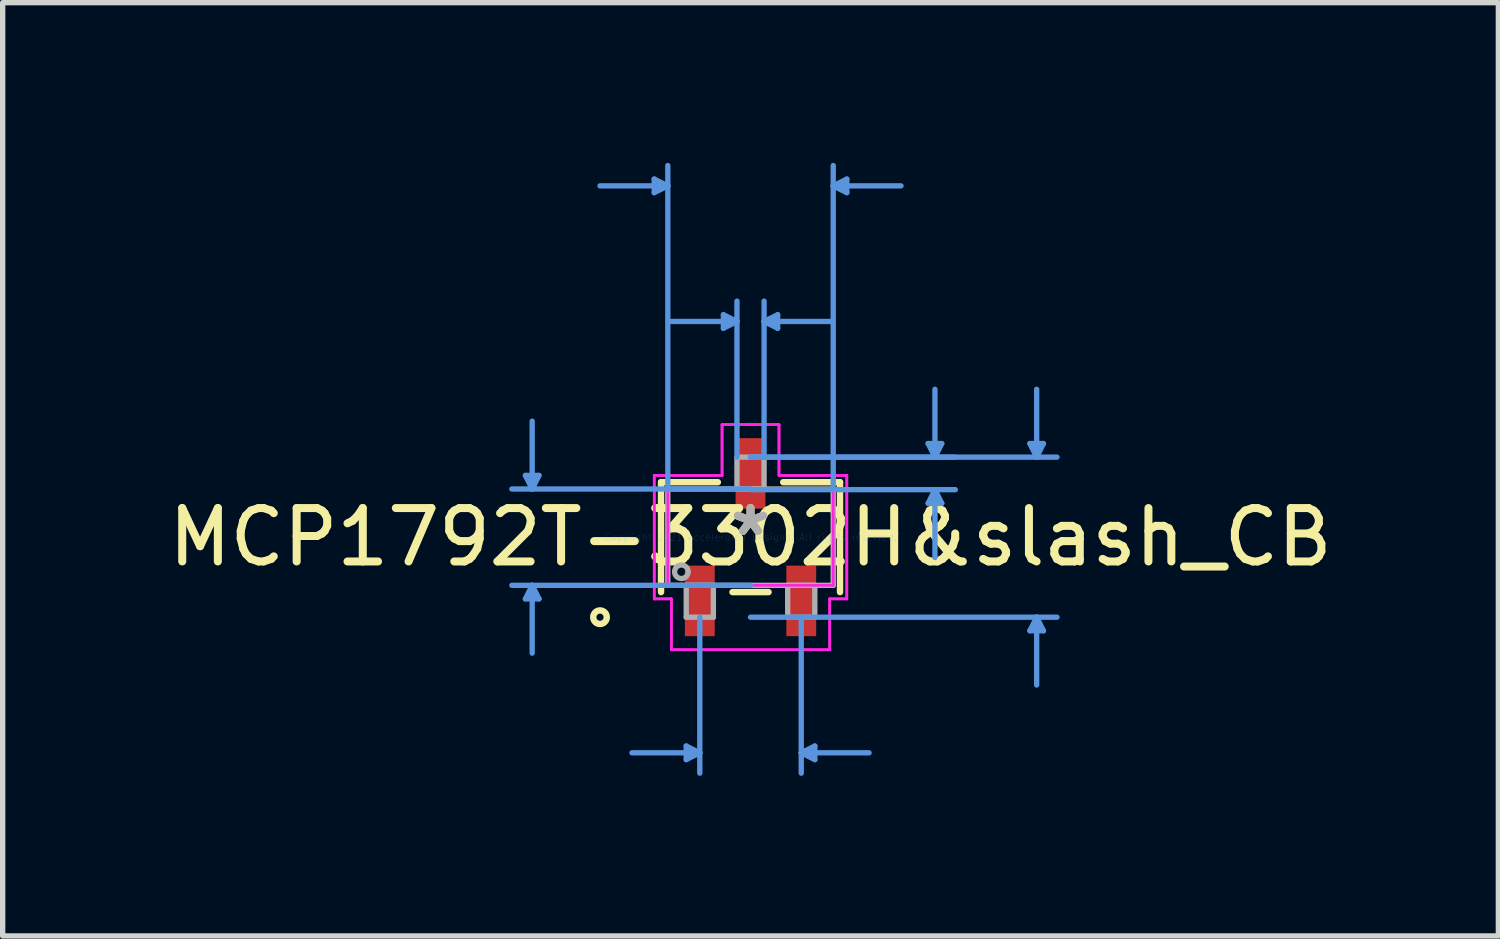
<source format=kicad_pcb>
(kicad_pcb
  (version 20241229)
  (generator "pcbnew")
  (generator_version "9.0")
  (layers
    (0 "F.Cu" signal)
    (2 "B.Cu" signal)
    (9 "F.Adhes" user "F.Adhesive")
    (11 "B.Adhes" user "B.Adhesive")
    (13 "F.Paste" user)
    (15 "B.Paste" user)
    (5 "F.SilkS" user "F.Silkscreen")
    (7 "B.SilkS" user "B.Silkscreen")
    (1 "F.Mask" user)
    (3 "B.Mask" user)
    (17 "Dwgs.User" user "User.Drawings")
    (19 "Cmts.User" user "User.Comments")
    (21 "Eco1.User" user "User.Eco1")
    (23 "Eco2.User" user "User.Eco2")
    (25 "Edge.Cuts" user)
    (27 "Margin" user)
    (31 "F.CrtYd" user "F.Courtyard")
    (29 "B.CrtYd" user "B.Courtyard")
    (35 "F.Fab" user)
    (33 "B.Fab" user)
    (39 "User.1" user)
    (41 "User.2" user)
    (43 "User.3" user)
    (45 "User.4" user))
  (footprint "MCP1792T-3302H&slash_CB"
    (layer "F.Cu")
    (at 11.006 7.01)
    (property "Reference" "MCP1792T-3302H&slash_CB" (at 0 0 0) (layer "F.SilkS") (effects (font (size 1 1) (thickness 0.15))))
    (attr through_hole)
    (fp_line (start -1.676 -1.029) (end -1.676 1.029) (stroke (width 0.12) (type solid)) (layer "F.SilkS"))
    (fp_line (start -0.612 -1.029) (end -1.676 -1.029) (stroke (width 0.12) (type solid)) (layer "F.SilkS"))
    (fp_line (start -0.338 1.029) (end 0.338 1.029) (stroke (width 0.12) (type solid)) (layer "F.SilkS"))
    (fp_line (start 1.676 -1.029) (end 0.612 -1.029) (stroke (width 0.12) (type solid)) (layer "F.SilkS"))
    (fp_line (start 1.676 1.029) (end 1.676 -1.029) (stroke (width 0.12) (type solid)) (layer "F.SilkS"))
    (fp_circle (center -2.819 1.499) (end -2.692 1.499) (stroke (width 0.12) (type solid)) (fill no) (layer "F.SilkS"))
    (fp_line (start -4.216 -1.156) (end -3.962 -1.156) (stroke (width 0.1) (type solid)) (layer "Cmts.User"))
    (fp_line (start -4.216 1.156) (end -3.962 1.156) (stroke (width 0.1) (type solid)) (layer "Cmts.User"))
    (fp_line (start -4.089 -0.902) (end -4.216 -1.156) (stroke (width 0.1) (type solid)) (layer "Cmts.User"))
    (fp_line (start -4.089 -0.902) (end -4.089 -2.172) (stroke (width 0.1) (type solid)) (layer "Cmts.User"))
    (fp_line (start -4.089 -0.902) (end -3.962 -1.156) (stroke (width 0.1) (type solid)) (layer "Cmts.User"))
    (fp_line (start -4.089 0.902) (end -4.216 1.156) (stroke (width 0.1) (type solid)) (layer "Cmts.User"))
    (fp_line (start -4.089 0.902) (end -4.089 2.172) (stroke (width 0.1) (type solid)) (layer "Cmts.User"))
    (fp_line (start -4.089 0.902) (end -3.962 1.156) (stroke (width 0.1) (type solid)) (layer "Cmts.User"))
    (fp_line (start -1.803 -6.706) (end -1.803 -6.452) (stroke (width 0.1) (type solid)) (layer "Cmts.User"))
    (fp_line (start -1.549 -6.579) (end -2.819 -6.579) (stroke (width 0.1) (type solid)) (layer "Cmts.User"))
    (fp_line (start -1.549 -6.579) (end -1.803 -6.706) (stroke (width 0.1) (type solid)) (layer "Cmts.User"))
    (fp_line (start -1.549 -6.579) (end -1.803 -6.452) (stroke (width 0.1) (type solid)) (layer "Cmts.User"))
    (fp_line (start -1.549 -0.902) (end -1.549 -6.96) (stroke (width 0.1) (type solid)) (layer "Cmts.User"))
    (fp_line (start -1.204 3.912) (end -1.204 4.166) (stroke (width 0.1) (type solid)) (layer "Cmts.User"))
    (fp_line (start -0.95 1.499) (end -0.95 4.42) (stroke (width 0.1) (type solid)) (layer "Cmts.User"))
    (fp_line (start -0.95 4.039) (end -2.22 4.039) (stroke (width 0.1) (type solid)) (layer "Cmts.User"))
    (fp_line (start -0.95 4.039) (end -1.204 3.912) (stroke (width 0.1) (type solid)) (layer "Cmts.User"))
    (fp_line (start -0.95 4.039) (end -1.204 4.166) (stroke (width 0.1) (type solid)) (layer "Cmts.User"))
    (fp_line (start -0.508 -4.166) (end -0.508 -3.912) (stroke (width 0.1) (type solid)) (layer "Cmts.User"))
    (fp_line (start -0.254 -4.039) (end -1.524 -4.039) (stroke (width 0.1) (type solid)) (layer "Cmts.User"))
    (fp_line (start -0.254 -4.039) (end -0.508 -4.166) (stroke (width 0.1) (type solid)) (layer "Cmts.User"))
    (fp_line (start -0.254 -4.039) (end -0.508 -3.912) (stroke (width 0.1) (type solid)) (layer "Cmts.User"))
    (fp_line (start -0.254 -1.499) (end -0.254 -4.42) (stroke (width 0.1) (type solid)) (layer "Cmts.User"))
    (fp_line (start 0 -1.499) (end 3.835 -1.499) (stroke (width 0.1) (type solid)) (layer "Cmts.User"))
    (fp_line (start 0 -1.499) (end 5.74 -1.499) (stroke (width 0.1) (type solid)) (layer "Cmts.User"))
    (fp_line (start 0 -0.902) (end -4.47 -0.902) (stroke (width 0.1) (type solid)) (layer "Cmts.User"))
    (fp_line (start 0 -0.889) (end 3.835 -0.889) (stroke (width 0.1) (type solid)) (layer "Cmts.User"))
    (fp_line (start 0 0.902) (end -4.47 0.902) (stroke (width 0.1) (type solid)) (layer "Cmts.User"))
    (fp_line (start 0 1.499) (end 5.74 1.499) (stroke (width 0.1) (type solid)) (layer "Cmts.User"))
    (fp_line (start 0.254 -4.039) (end 0.508 -4.166) (stroke (width 0.1) (type solid)) (layer "Cmts.User"))
    (fp_line (start 0.254 -4.039) (end 0.508 -3.912) (stroke (width 0.1) (type solid)) (layer "Cmts.User"))
    (fp_line (start 0.254 -4.039) (end 1.524 -4.039) (stroke (width 0.1) (type solid)) (layer "Cmts.User"))
    (fp_line (start 0.254 -1.499) (end 0.254 -4.42) (stroke (width 0.1) (type solid)) (layer "Cmts.User"))
    (fp_line (start 0.508 -4.166) (end 0.508 -3.912) (stroke (width 0.1) (type solid)) (layer "Cmts.User"))
    (fp_line (start 0.95 1.499) (end 0.95 4.42) (stroke (width 0.1) (type solid)) (layer "Cmts.User"))
    (fp_line (start 0.95 4.039) (end 1.204 3.912) (stroke (width 0.1) (type solid)) (layer "Cmts.User"))
    (fp_line (start 0.95 4.039) (end 1.204 4.166) (stroke (width 0.1) (type solid)) (layer "Cmts.User"))
    (fp_line (start 0.95 4.039) (end 2.22 4.039) (stroke (width 0.1) (type solid)) (layer "Cmts.User"))
    (fp_line (start 1.204 3.912) (end 1.204 4.166) (stroke (width 0.1) (type solid)) (layer "Cmts.User"))
    (fp_line (start 1.549 -6.579) (end 1.803 -6.706) (stroke (width 0.1) (type solid)) (layer "Cmts.User"))
    (fp_line (start 1.549 -6.579) (end 1.803 -6.452) (stroke (width 0.1) (type solid)) (layer "Cmts.User"))
    (fp_line (start 1.549 -6.579) (end 2.819 -6.579) (stroke (width 0.1) (type solid)) (layer "Cmts.User"))
    (fp_line (start 1.549 -0.902) (end 1.549 -6.96) (stroke (width 0.1) (type solid)) (layer "Cmts.User"))
    (fp_line (start 1.803 -6.706) (end 1.803 -6.452) (stroke (width 0.1) (type solid)) (layer "Cmts.User"))
    (fp_line (start 3.327 -1.753) (end 3.581 -1.753) (stroke (width 0.1) (type solid)) (layer "Cmts.User"))
    (fp_line (start 3.327 -0.635) (end 3.581 -0.635) (stroke (width 0.1) (type solid)) (layer "Cmts.User"))
    (fp_line (start 3.454 -1.499) (end 3.327 -1.753) (stroke (width 0.1) (type solid)) (layer "Cmts.User"))
    (fp_line (start 3.454 -1.499) (end 3.454 -2.769) (stroke (width 0.1) (type solid)) (layer "Cmts.User"))
    (fp_line (start 3.454 -1.499) (end 3.581 -1.753) (stroke (width 0.1) (type solid)) (layer "Cmts.User"))
    (fp_line (start 3.454 -0.889) (end 3.327 -0.635) (stroke (width 0.1) (type solid)) (layer "Cmts.User"))
    (fp_line (start 3.454 -0.889) (end 3.454 0.381) (stroke (width 0.1) (type solid)) (layer "Cmts.User"))
    (fp_line (start 3.454 -0.889) (end 3.581 -0.635) (stroke (width 0.1) (type solid)) (layer "Cmts.User"))
    (fp_line (start 5.232 -1.753) (end 5.486 -1.753) (stroke (width 0.1) (type solid)) (layer "Cmts.User"))
    (fp_line (start 5.232 1.753) (end 5.486 1.753) (stroke (width 0.1) (type solid)) (layer "Cmts.User"))
    (fp_line (start 5.359 -1.499) (end 5.232 -1.753) (stroke (width 0.1) (type solid)) (layer "Cmts.User"))
    (fp_line (start 5.359 -1.499) (end 5.359 -2.769) (stroke (width 0.1) (type solid)) (layer "Cmts.User"))
    (fp_line (start 5.359 -1.499) (end 5.486 -1.753) (stroke (width 0.1) (type solid)) (layer "Cmts.User"))
    (fp_line (start 5.359 1.499) (end 5.232 1.753) (stroke (width 0.1) (type solid)) (layer "Cmts.User"))
    (fp_line (start 5.359 1.499) (end 5.359 2.769) (stroke (width 0.1) (type solid)) (layer "Cmts.User"))
    (fp_line (start 5.359 1.499) (end 5.486 1.753) (stroke (width 0.1) (type solid)) (layer "Cmts.User"))
    (fp_line (start -1.803 -1.156) (end -0.533 -1.156) (stroke (width 0.05) (type solid)) (layer "F.CrtYd"))
    (fp_line (start -1.803 -1.156) (end -0.533 -1.156) (stroke (width 0.05) (type solid)) (layer "F.CrtYd"))
    (fp_line (start -1.803 1.156) (end -1.803 -1.156) (stroke (width 0.05) (type solid)) (layer "F.CrtYd"))
    (fp_line (start -1.803 1.156) (end -1.803 -1.156) (stroke (width 0.05) (type solid)) (layer "F.CrtYd"))
    (fp_line (start -1.803 1.156) (end -1.483 1.156) (stroke (width 0.05) (type solid)) (layer "F.CrtYd"))
    (fp_line (start -1.549 -0.902) (end 1.549 -0.902) (stroke (width 0.05) (type solid)) (layer "F.CrtYd"))
    (fp_line (start -1.549 0.902) (end -1.549 -0.902) (stroke (width 0.05) (type solid)) (layer "F.CrtYd"))
    (fp_line (start -1.483 1.156) (end -1.803 1.156) (stroke (width 0.05) (type solid)) (layer "F.CrtYd"))
    (fp_line (start -1.483 1.156) (end -1.483 2.108) (stroke (width 0.05) (type solid)) (layer "F.CrtYd"))
    (fp_line (start -1.483 2.108) (end -1.483 1.156) (stroke (width 0.05) (type solid)) (layer "F.CrtYd"))
    (fp_line (start -1.483 2.108) (end 1.483 2.108) (stroke (width 0.05) (type solid)) (layer "F.CrtYd"))
    (fp_line (start -0.533 -2.108) (end 0.533 -2.108) (stroke (width 0.05) (type solid)) (layer "F.CrtYd"))
    (fp_line (start -0.533 -2.108) (end 0.533 -2.108) (stroke (width 0.05) (type solid)) (layer "F.CrtYd"))
    (fp_line (start -0.533 -1.156) (end -0.533 -2.108) (stroke (width 0.05) (type solid)) (layer "F.CrtYd"))
    (fp_line (start -0.533 -1.156) (end -0.533 -2.108) (stroke (width 0.05) (type solid)) (layer "F.CrtYd"))
    (fp_line (start 0.533 -2.108) (end 0.533 -1.156) (stroke (width 0.05) (type solid)) (layer "F.CrtYd"))
    (fp_line (start 0.533 -1.156) (end 0.533 -2.108) (stroke (width 0.05) (type solid)) (layer "F.CrtYd"))
    (fp_line (start 0.533 -1.156) (end 1.803 -1.156) (stroke (width 0.05) (type solid)) (layer "F.CrtYd"))
    (fp_line (start 1.483 1.156) (end 1.483 2.108) (stroke (width 0.05) (type solid)) (layer "F.CrtYd"))
    (fp_line (start 1.483 1.156) (end 1.483 2.108) (stroke (width 0.05) (type solid)) (layer "F.CrtYd"))
    (fp_line (start 1.483 2.108) (end -1.483 2.108) (stroke (width 0.05) (type solid)) (layer "F.CrtYd"))
    (fp_line (start 1.549 -0.902) (end 1.549 0.902) (stroke (width 0.05) (type solid)) (layer "F.CrtYd"))
    (fp_line (start 1.549 0.902) (end -1.549 0.902) (stroke (width 0.05) (type solid)) (layer "F.CrtYd"))
    (fp_line (start 1.803 -1.156) (end 0.533 -1.156) (stroke (width 0.05) (type solid)) (layer "F.CrtYd"))
    (fp_line (start 1.803 -1.156) (end 1.803 1.156) (stroke (width 0.05) (type solid)) (layer "F.CrtYd"))
    (fp_line (start 1.803 -1.156) (end 1.803 1.156) (stroke (width 0.05) (type solid)) (layer "F.CrtYd"))
    (fp_line (start 1.803 1.156) (end 1.483 1.156) (stroke (width 0.05) (type solid)) (layer "F.CrtYd"))
    (fp_line (start 1.803 1.156) (end 1.483 1.156) (stroke (width 0.05) (type solid)) (layer "F.CrtYd"))
    (fp_line (start -1.549 -0.902) (end -1.549 0.902) (stroke (width 0.1) (type solid)) (layer "F.Fab"))
    (fp_line (start -1.549 0.902) (end 1.549 0.902) (stroke (width 0.1) (type solid)) (layer "F.Fab"))
    (fp_line (start -1.204 0.902) (end -1.204 1.499) (stroke (width 0.1) (type solid)) (layer "F.Fab"))
    (fp_line (start -1.204 1.499) (end -0.696 1.499) (stroke (width 0.1) (type solid)) (layer "F.Fab"))
    (fp_line (start -0.696 0.902) (end -1.204 0.902) (stroke (width 0.1) (type solid)) (layer "F.Fab"))
    (fp_line (start -0.696 1.499) (end -0.696 0.902) (stroke (width 0.1) (type solid)) (layer "F.Fab"))
    (fp_line (start -0.254 -1.499) (end -0.254 -0.902) (stroke (width 0.1) (type solid)) (layer "F.Fab"))
    (fp_line (start -0.254 -0.902) (end 0.254 -0.902) (stroke (width 0.1) (type solid)) (layer "F.Fab"))
    (fp_line (start 0.254 -1.499) (end -0.254 -1.499) (stroke (width 0.1) (type solid)) (layer "F.Fab"))
    (fp_line (start 0.254 -0.902) (end 0.254 -1.499) (stroke (width 0.1) (type solid)) (layer "F.Fab"))
    (fp_line (start 0.696 0.902) (end 0.696 1.499) (stroke (width 0.1) (type solid)) (layer "F.Fab"))
    (fp_line (start 0.696 1.499) (end 1.204 1.499) (stroke (width 0.1) (type solid)) (layer "F.Fab"))
    (fp_line (start 1.204 0.902) (end 0.696 0.902) (stroke (width 0.1) (type solid)) (layer "F.Fab"))
    (fp_line (start 1.204 1.499) (end 1.204 0.902) (stroke (width 0.1) (type solid)) (layer "F.Fab"))
    (fp_line (start 1.549 -0.902) (end -1.549 -0.902) (stroke (width 0.1) (type solid)) (layer "F.Fab"))
    (fp_line (start 1.549 0.902) (end 1.549 -0.902) (stroke (width 0.1) (type solid)) (layer "F.Fab"))
    (fp_circle (center -1.295 0.648) (end -1.168 0.648) (stroke (width 0.1) (type solid)) (fill no) (layer "F.Fab"))
    (fp_text user "*" (at 0 0 0) (layer "F.SilkS") (effects (font (size 1 1) (thickness 0.15))))
    (fp_text user "Copyright 2021 Accelerated Designs. All rights reserved." (at 0 0 0) (layer "Cmts.User") (effects (font (size 0.127 0.127) (thickness 0.002))))
    (fp_text user "*" (at 0 0 0) (layer "F.Fab") (effects (font (size 1 1) (thickness 0.15))))
    (pad "1" smd rect (at -0.95 1.194) (size 0.559 1.321) (layers "F.Cu" "F.Mask" "F.Paste"))
    (pad "2" smd rect (at 0.95 1.194) (size 0.559 1.321) (layers "F.Cu" "F.Mask" "F.Paste"))
    (pad "3" smd rect (at 0 -1.194) (size 0.559 1.321) (layers "F.Cu" "F.Mask" "F.Paste")))
  (gr_rect
    (start -3 -3)
    (end 25.012 14.479)
    (stroke (width 0.1) (type default))
    (fill no)
    (layer "Edge.Cuts")))
</source>
